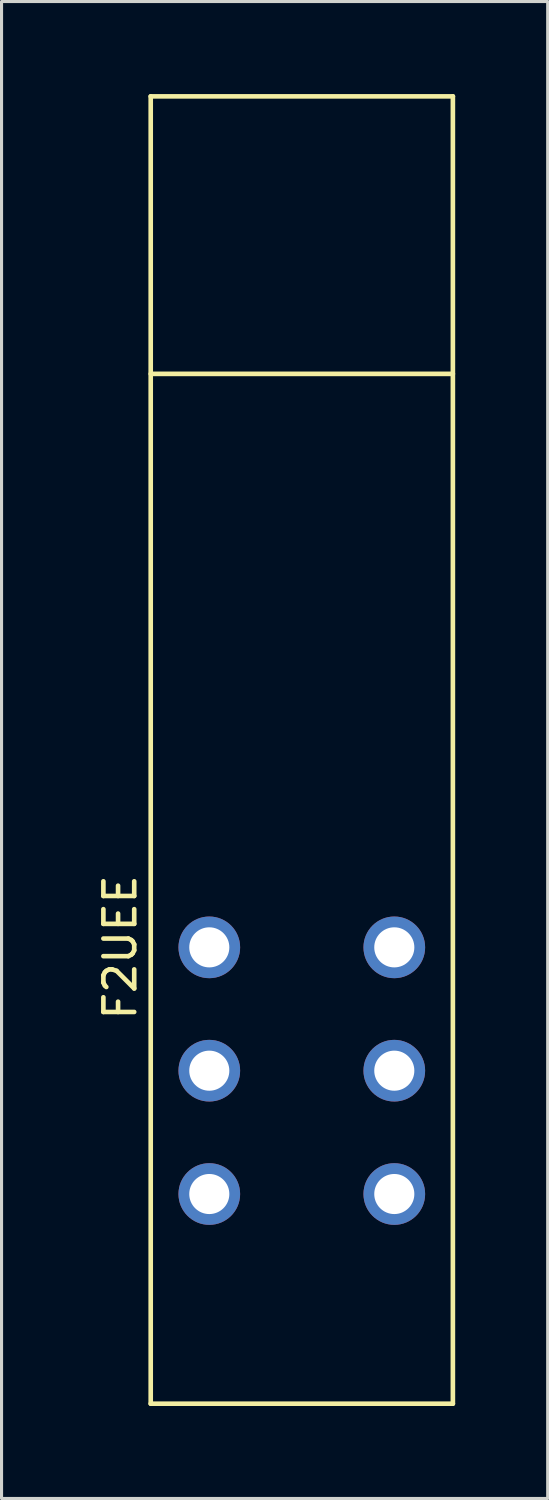
<source format=kicad_pcb>
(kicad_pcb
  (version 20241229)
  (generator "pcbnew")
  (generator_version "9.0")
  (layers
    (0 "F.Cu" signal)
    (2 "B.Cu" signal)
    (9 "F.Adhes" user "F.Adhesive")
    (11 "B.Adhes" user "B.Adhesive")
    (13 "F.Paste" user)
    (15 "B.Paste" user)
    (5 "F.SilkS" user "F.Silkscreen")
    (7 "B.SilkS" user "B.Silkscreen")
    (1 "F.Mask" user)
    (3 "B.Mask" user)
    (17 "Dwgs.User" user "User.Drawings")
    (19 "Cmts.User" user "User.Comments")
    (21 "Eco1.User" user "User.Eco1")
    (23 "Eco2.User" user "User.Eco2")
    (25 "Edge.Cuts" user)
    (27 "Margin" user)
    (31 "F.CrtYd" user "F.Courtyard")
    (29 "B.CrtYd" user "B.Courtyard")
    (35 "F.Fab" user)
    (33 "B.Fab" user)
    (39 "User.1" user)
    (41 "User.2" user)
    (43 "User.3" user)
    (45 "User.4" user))
  (footprint "F2UEE"
    (layer "F.Cu")
    (at 9.738 27.675)
    (property "Reference" "F2UEE" (at -8.89 0 90) (layer "F.SilkS") (effects (font (size 1 1) (thickness 0.15))))
    (attr through_hole)
    (fp_line (start -7.9 -27.6) (end -7.9 14.8) (stroke (width 0.15) (type solid)) (layer "F.SilkS"))
    (fp_line (start -7.9 -27.6) (end 1.9 -27.6) (stroke (width 0.15) (type solid)) (layer "F.SilkS"))
    (fp_line (start -7.9 -18.6) (end 1.9 -18.6) (stroke (width 0.15) (type solid)) (layer "F.SilkS"))
    (fp_line (start -7.9 14.8) (end 1.9 14.8) (stroke (width 0.15) (type solid)) (layer "F.SilkS"))
    (fp_line (start 1.9 -27.6) (end 1.9 14.8) (stroke (width 0.15) (type solid)) (layer "F.SilkS"))
    (pad "1" thru_hole circle (at -6 8) (size 2 2) (drill 1.3) (layers "*.Cu" "*.Mask"))
    (pad "2" thru_hole circle (at 0 8) (size 2 2) (drill 1.3) (layers "*.Cu" "*.Mask"))
    (pad "3" thru_hole circle (at -6 4) (size 2 2) (drill 1.3) (layers "*.Cu" "*.Mask"))
    (pad "4" thru_hole circle (at 0 4) (size 2 2) (drill 1.3) (layers "*.Cu" "*.Mask"))
    (pad "5" thru_hole circle (at -6 0) (size 2 2) (drill 1.3) (layers "*.Cu" "*.Mask"))
    (pad "6" thru_hole circle (at 0 0) (size 2 2) (drill 1.3) (layers "*.Cu" "*.Mask")))
  (gr_rect
    (start -3 -3)
    (end 14.713 45.55)
    (stroke (width 0.1) (type default))
    (fill no)
    (layer "Edge.Cuts")))
</source>
